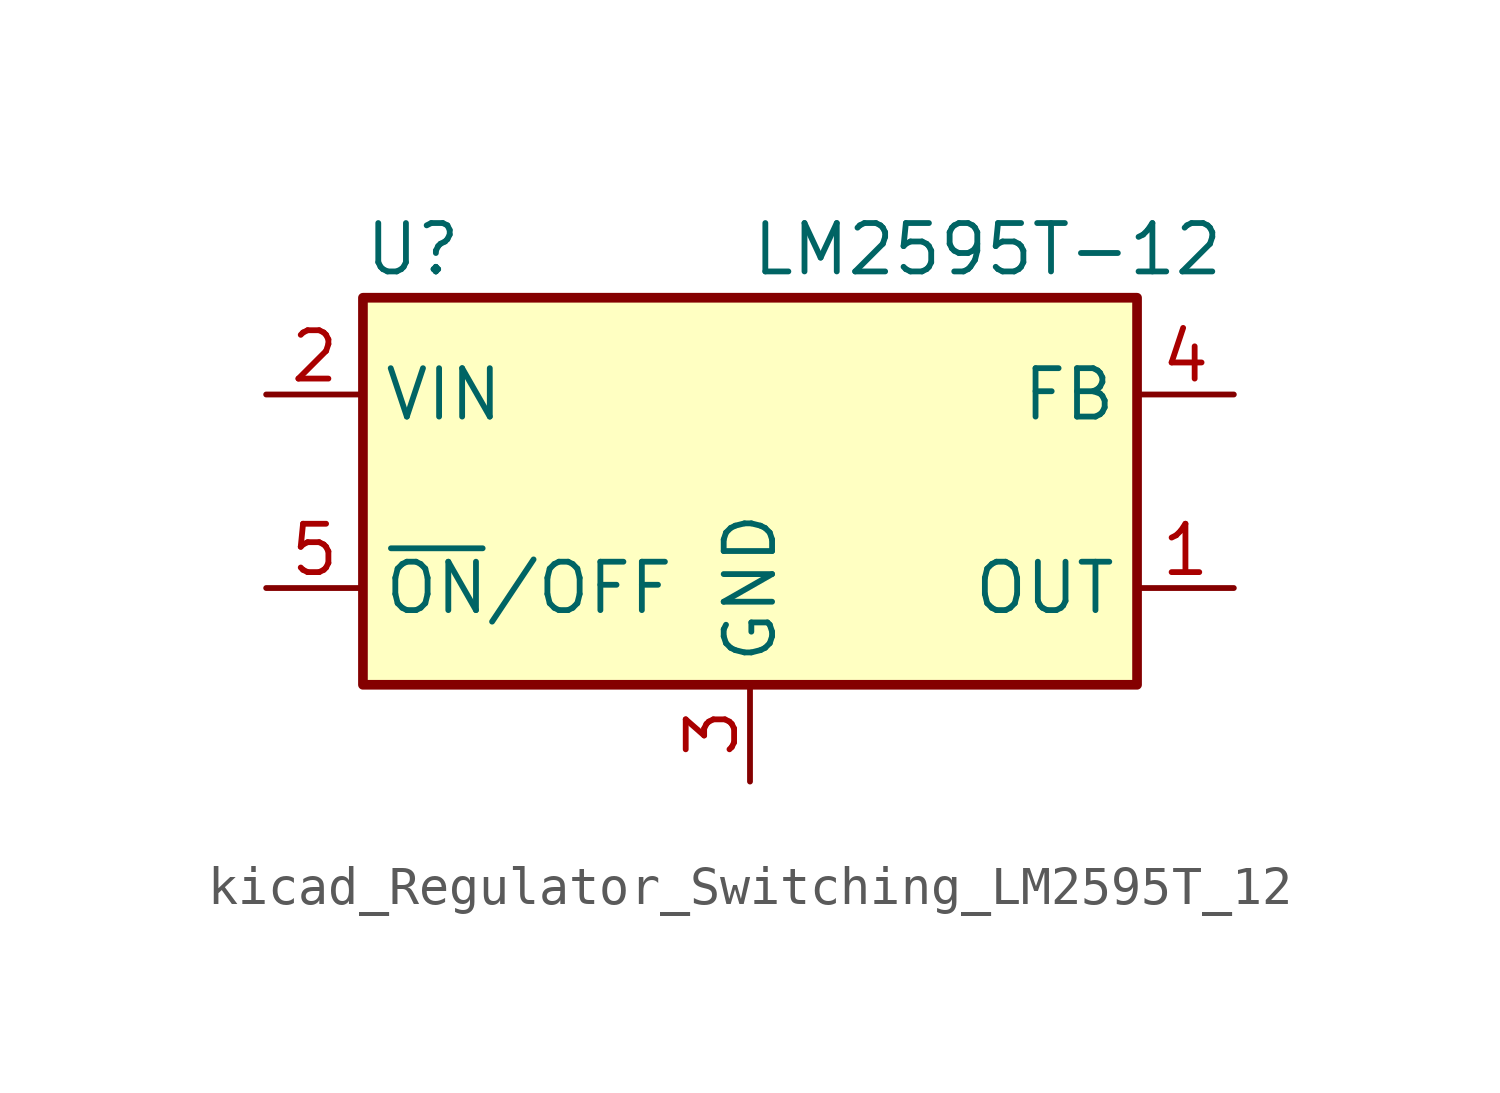
<source format=kicad_sym>
(kicad_symbol_lib
  (version 20220914)
  (generator kicad_symbol_editor)
  (symbol "kicad_Regulator_Switching_LM2595T_12"
    (property "Reference" "U"
      (at -10.16 6.35 0)
      (effects (font (size 1.27 1.27)) (justify left)))
    (property "Value" "LM2595T-12"
      (at 0 6.35 0)
      (effects (font (size 1.27 1.27)) (justify left)))
    (symbol "kicad_Regulator_Switching_LM2595T_12_0_1"
      (rectangle (start -10.16 5.08) (end 10.16 -5.08) (stroke (width 0.254) (type default)) (fill (type background))))
    (symbol "kicad_Regulator_Switching_LM2595T_12_1_1"
      (pin output line (at 12.7 -2.54 180) (length 2.54) (name "OUT" (effects (font (size 1.27 1.27)))) (number "1" (effects (font (size 1.27 1.27)))))
      (pin power_in line (at -12.7 2.54 0) (length 2.54) (name "VIN" (effects (font (size 1.27 1.27)))) (number "2" (effects (font (size 1.27 1.27)))))
      (pin power_in line (at 0 -7.62 90) (length 2.54) (name "GND" (effects (font (size 1.27 1.27)))) (number "3" (effects (font (size 1.27 1.27)))))
      (pin input line (at 12.7 2.54 180) (length 2.54) (name "FB" (effects (font (size 1.27 1.27)))) (number "4" (effects (font (size 1.27 1.27)))))
      (pin input line (at -12.7 -2.54 0) (length 2.54) (name "~{ON}/OFF" (effects (font (size 1.27 1.27)))) (number "5" (effects (font (size 1.27 1.27))))))))
</source>
